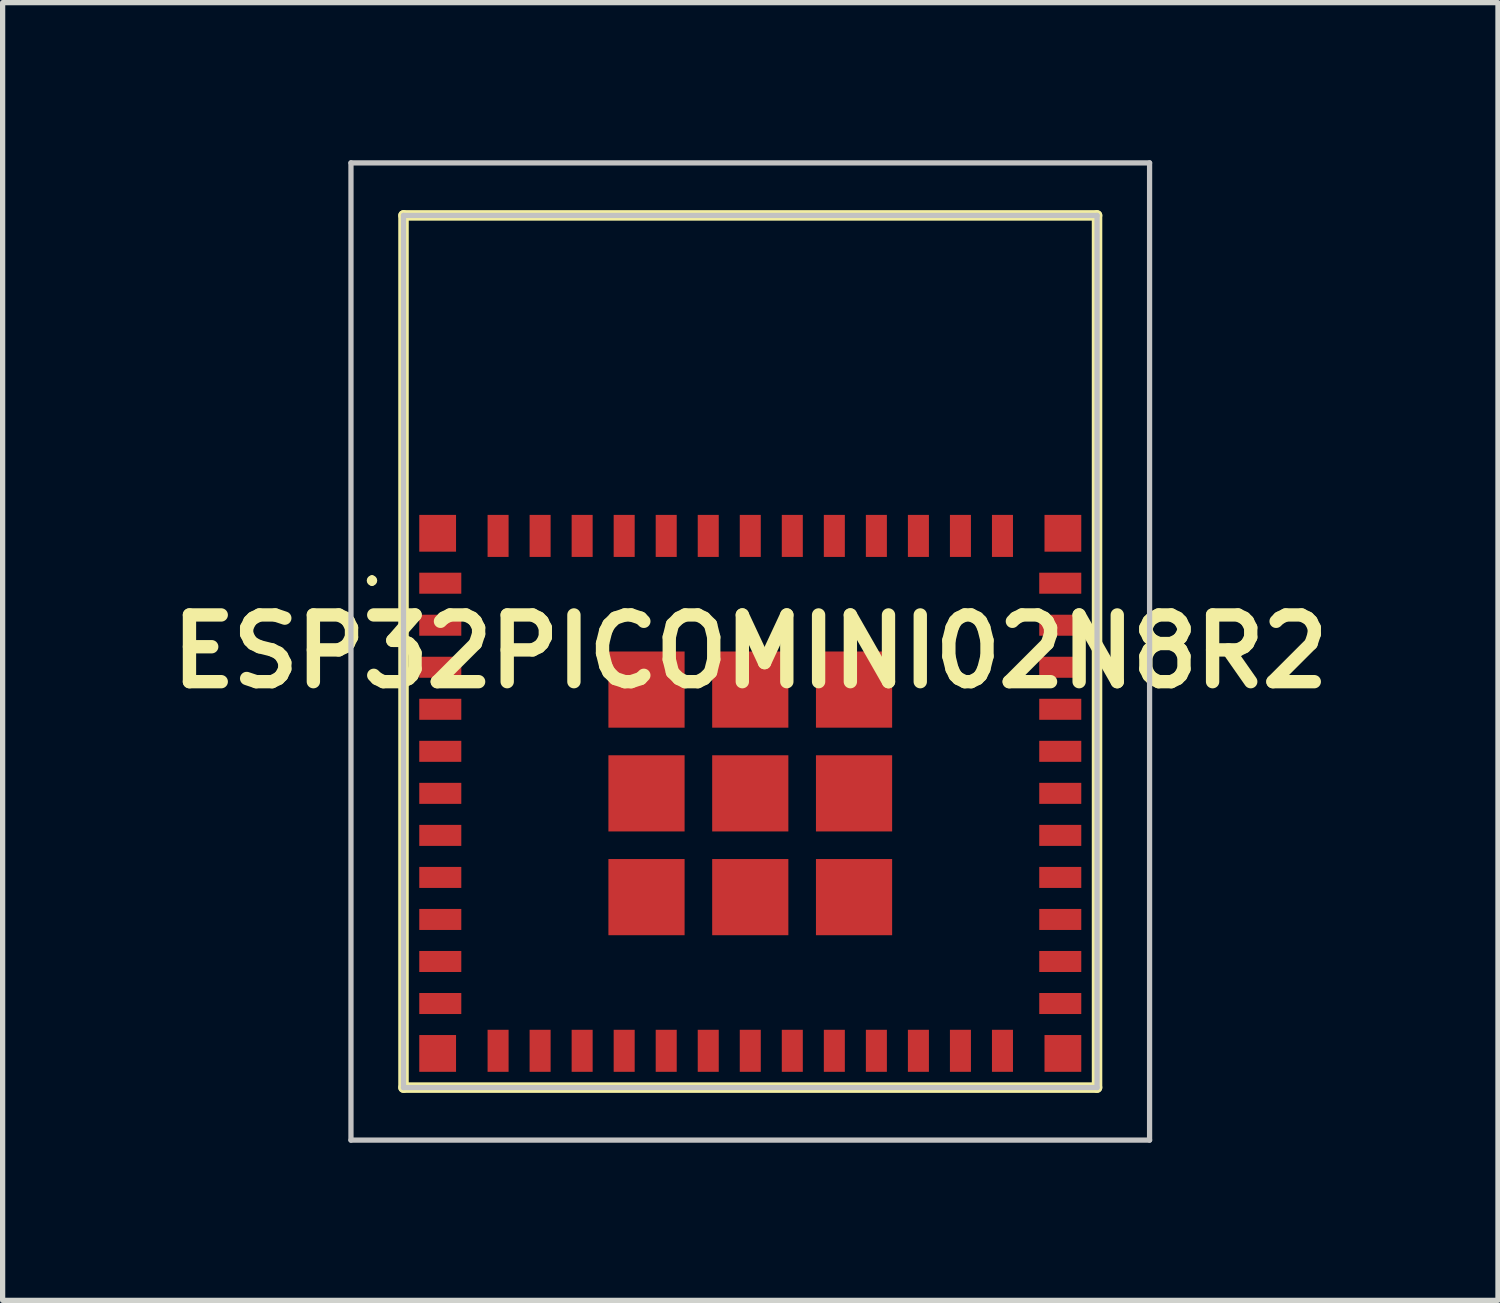
<source format=kicad_pcb>
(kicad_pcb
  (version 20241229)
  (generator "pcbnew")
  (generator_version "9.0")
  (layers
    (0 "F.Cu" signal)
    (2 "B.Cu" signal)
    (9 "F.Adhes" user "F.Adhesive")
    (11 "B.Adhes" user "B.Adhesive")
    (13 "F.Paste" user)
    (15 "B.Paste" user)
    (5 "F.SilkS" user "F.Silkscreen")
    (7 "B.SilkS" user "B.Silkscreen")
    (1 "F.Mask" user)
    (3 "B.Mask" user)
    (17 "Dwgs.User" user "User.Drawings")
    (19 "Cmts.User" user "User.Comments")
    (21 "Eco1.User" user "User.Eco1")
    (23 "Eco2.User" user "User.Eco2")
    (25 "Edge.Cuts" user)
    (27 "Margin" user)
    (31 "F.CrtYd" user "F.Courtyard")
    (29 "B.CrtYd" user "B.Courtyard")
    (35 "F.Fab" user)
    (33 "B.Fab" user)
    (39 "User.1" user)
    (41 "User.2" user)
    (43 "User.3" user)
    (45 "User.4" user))
  (footprint "ESP32PICOMINI02N8R2"
    (layer "F.Cu")
    (at 11.23 12.05)
    (property "Reference" "ESP32PICOMINI02N8R2" (at 0 -2.7 0) (unlocked yes) (layer "F.SilkS") (effects (font (size 1.27 1.27) (thickness 0.254))))
    (attr smd)
    (fp_line (start -7.2 -4.1) (end -7.2 -4.1) (stroke (width 0.1) (type solid)) (layer "F.SilkS"))
    (fp_line (start -7.2 -4) (end -7.2 -4) (stroke (width 0.1) (type solid)) (layer "F.SilkS"))
    (fp_line (start -6.6 -11) (end 6.6 -11) (stroke (width 0.2) (type solid)) (layer "F.SilkS"))
    (fp_line (start -6.6 5.6) (end -6.6 -11) (stroke (width 0.2) (type solid)) (layer "F.SilkS"))
    (fp_line (start 6.6 -11) (end 6.6 5.6) (stroke (width 0.2) (type solid)) (layer "F.SilkS"))
    (fp_line (start 6.6 5.6) (end -6.6 5.6) (stroke (width 0.2) (type solid)) (layer "F.SilkS"))
    (fp_arc (start -7.2 -4.1) (mid -7.15 -4.05) (end -7.2 -4) (stroke (width 0.1) (type solid)) (layer "F.SilkS"))
    (fp_arc (start -7.2 -4) (mid -7.25 -4.05) (end -7.2 -4.1) (stroke (width 0.1) (type solid)) (layer "F.SilkS"))
    (fp_line (start -7.6 -12) (end 7.6 -12) (stroke (width 0.1) (type solid)) (layer "Dwgs.User"))
    (fp_line (start -7.6 6.6) (end -7.6 -12) (stroke (width 0.1) (type solid)) (layer "Dwgs.User"))
    (fp_line (start -6.6 -11) (end 6.6 -11) (stroke (width 0.1) (type solid)) (layer "Dwgs.User"))
    (fp_line (start -6.6 5.6) (end -6.6 -11) (stroke (width 0.1) (type solid)) (layer "Dwgs.User"))
    (fp_line (start 6.6 -11) (end 6.6 5.6) (stroke (width 0.1) (type solid)) (layer "Dwgs.User"))
    (fp_line (start 6.6 5.6) (end -6.6 5.6) (stroke (width 0.1) (type solid)) (layer "Dwgs.User"))
    (fp_line (start 7.6 -12) (end 7.6 6.6) (stroke (width 0.1) (type solid)) (layer "Dwgs.User"))
    (fp_line (start 7.6 6.6) (end -7.6 6.6) (stroke (width 0.1) (type solid)) (layer "Dwgs.User"))
    (pad "1" smd rect (at -5.9 -4 90) (size 0.4 0.8) (layers "F.Cu" "F.Mask" "F.Paste"))
    (pad "2" smd rect (at -5.9 -3.2 90) (size 0.4 0.8) (layers "F.Cu" "F.Mask" "F.Paste"))
    (pad "3" smd rect (at -5.9 -2.4 90) (size 0.4 0.8) (layers "F.Cu" "F.Mask" "F.Paste"))
    (pad "4" smd rect (at -5.9 -1.6 90) (size 0.4 0.8) (layers "F.Cu" "F.Mask" "F.Paste"))
    (pad "5" smd rect (at -5.9 -0.8 90) (size 0.4 0.8) (layers "F.Cu" "F.Mask" "F.Paste"))
    (pad "6" smd rect (at -5.9 0 90) (size 0.4 0.8) (layers "F.Cu" "F.Mask" "F.Paste"))
    (pad "7" smd rect (at -5.9 0.8 90) (size 0.4 0.8) (layers "F.Cu" "F.Mask" "F.Paste"))
    (pad "8" smd rect (at -5.9 1.6 90) (size 0.4 0.8) (layers "F.Cu" "F.Mask" "F.Paste"))
    (pad "9" smd rect (at -5.9 2.4 90) (size 0.4 0.8) (layers "F.Cu" "F.Mask" "F.Paste"))
    (pad "10" smd rect (at -5.9 3.2 90) (size 0.4 0.8) (layers "F.Cu" "F.Mask" "F.Paste"))
    (pad "11" smd rect (at -5.9 4 90) (size 0.4 0.8) (layers "F.Cu" "F.Mask" "F.Paste"))
    (pad "12" smd rect (at -4.8 4.9) (size 0.4 0.8) (layers "F.Cu" "F.Mask" "F.Paste"))
    (pad "13" smd rect (at -4 4.9) (size 0.4 0.8) (layers "F.Cu" "F.Mask" "F.Paste"))
    (pad "14" smd rect (at -3.2 4.9) (size 0.4 0.8) (layers "F.Cu" "F.Mask" "F.Paste"))
    (pad "15" smd rect (at -2.4 4.9) (size 0.4 0.8) (layers "F.Cu" "F.Mask" "F.Paste"))
    (pad "16" smd rect (at -1.6 4.9) (size 0.4 0.8) (layers "F.Cu" "F.Mask" "F.Paste"))
    (pad "17" smd rect (at -0.8 4.9) (size 0.4 0.8) (layers "F.Cu" "F.Mask" "F.Paste"))
    (pad "18" smd rect (at 0 4.9) (size 0.4 0.8) (layers "F.Cu" "F.Mask" "F.Paste"))
    (pad "19" smd rect (at 0.8 4.9) (size 0.4 0.8) (layers "F.Cu" "F.Mask" "F.Paste"))
    (pad "20" smd rect (at 1.6 4.9) (size 0.4 0.8) (layers "F.Cu" "F.Mask" "F.Paste"))
    (pad "21" smd rect (at 2.4 4.9) (size 0.4 0.8) (layers "F.Cu" "F.Mask" "F.Paste"))
    (pad "22" smd rect (at 3.2 4.9) (size 0.4 0.8) (layers "F.Cu" "F.Mask" "F.Paste"))
    (pad "23" smd rect (at 4 4.9) (size 0.4 0.8) (layers "F.Cu" "F.Mask" "F.Paste"))
    (pad "24" smd rect (at 4.8 4.9) (size 0.4 0.8) (layers "F.Cu" "F.Mask" "F.Paste"))
    (pad "25" smd rect (at 5.9 4 90) (size 0.4 0.8) (layers "F.Cu" "F.Mask" "F.Paste"))
    (pad "26" smd rect (at 5.9 3.2 90) (size 0.4 0.8) (layers "F.Cu" "F.Mask" "F.Paste"))
    (pad "27" smd rect (at 5.9 2.4 90) (size 0.4 0.8) (layers "F.Cu" "F.Mask" "F.Paste"))
    (pad "28" smd rect (at 5.9 1.6 90) (size 0.4 0.8) (layers "F.Cu" "F.Mask" "F.Paste"))
    (pad "29" smd rect (at 5.9 0.8 90) (size 0.4 0.8) (layers "F.Cu" "F.Mask" "F.Paste"))
    (pad "30" smd rect (at 5.9 0 90) (size 0.4 0.8) (layers "F.Cu" "F.Mask" "F.Paste"))
    (pad "31" smd rect (at 5.9 -0.8 90) (size 0.4 0.8) (layers "F.Cu" "F.Mask" "F.Paste"))
    (pad "32" smd rect (at 5.9 -1.6 90) (size 0.4 0.8) (layers "F.Cu" "F.Mask" "F.Paste"))
    (pad "33" smd rect (at 5.9 -2.4 90) (size 0.4 0.8) (layers "F.Cu" "F.Mask" "F.Paste"))
    (pad "34" smd rect (at 5.9 -3.2 90) (size 0.4 0.8) (layers "F.Cu" "F.Mask" "F.Paste"))
    (pad "35" smd rect (at 5.9 -4 90) (size 0.4 0.8) (layers "F.Cu" "F.Mask" "F.Paste"))
    (pad "36" smd rect (at 4.8 -4.9) (size 0.4 0.8) (layers "F.Cu" "F.Mask" "F.Paste"))
    (pad "37" smd rect (at 4 -4.9) (size 0.4 0.8) (layers "F.Cu" "F.Mask" "F.Paste"))
    (pad "38" smd rect (at 3.2 -4.9) (size 0.4 0.8) (layers "F.Cu" "F.Mask" "F.Paste"))
    (pad "39" smd rect (at 2.4 -4.9) (size 0.4 0.8) (layers "F.Cu" "F.Mask" "F.Paste"))
    (pad "40" smd rect (at 1.6 -4.9) (size 0.4 0.8) (layers "F.Cu" "F.Mask" "F.Paste"))
    (pad "41" smd rect (at 0.8 -4.9) (size 0.4 0.8) (layers "F.Cu" "F.Mask" "F.Paste"))
    (pad "42" smd rect (at 0 -4.9) (size 0.4 0.8) (layers "F.Cu" "F.Mask" "F.Paste"))
    (pad "43" smd rect (at -0.8 -4.9) (size 0.4 0.8) (layers "F.Cu" "F.Mask" "F.Paste"))
    (pad "44" smd rect (at -1.6 -4.9) (size 0.4 0.8) (layers "F.Cu" "F.Mask" "F.Paste"))
    (pad "45" smd rect (at -2.4 -4.9) (size 0.4 0.8) (layers "F.Cu" "F.Mask" "F.Paste"))
    (pad "46" smd rect (at -3.2 -4.9) (size 0.4 0.8) (layers "F.Cu" "F.Mask" "F.Paste"))
    (pad "47" smd rect (at -4 -4.9) (size 0.4 0.8) (layers "F.Cu" "F.Mask" "F.Paste"))
    (pad "48" smd rect (at -4.8 -4.9) (size 0.4 0.8) (layers "F.Cu" "F.Mask" "F.Paste"))
    (pad "49" smd rect (at 0 0) (size 1.45 1.45) (layers "F.Cu" "F.Mask" "F.Paste"))
    (pad "50" smd rect (at 5.95 -4.95) (size 0.7 0.7) (layers "F.Cu" "F.Mask" "F.Paste"))
    (pad "51" smd rect (at 5.95 4.95) (size 0.7 0.7) (layers "F.Cu" "F.Mask" "F.Paste"))
    (pad "52" smd rect (at -5.95 4.95) (size 0.7 0.7) (layers "F.Cu" "F.Mask" "F.Paste"))
    (pad "53" smd rect (at -5.95 -4.95) (size 0.7 0.7) (layers "F.Cu" "F.Mask" "F.Paste"))
    (pad "54" smd rect (at -1.975 -1.975) (size 1.45 1.45) (layers "F.Cu" "F.Mask" "F.Paste"))
    (pad "55" smd rect (at -1.975 0) (size 1.45 1.45) (layers "F.Cu" "F.Mask" "F.Paste"))
    (pad "56" smd rect (at -1.975 1.975) (size 1.45 1.45) (layers "F.Cu" "F.Mask" "F.Paste"))
    (pad "57" smd rect (at 0 1.975) (size 1.45 1.45) (layers "F.Cu" "F.Mask" "F.Paste"))
    (pad "58" smd rect (at 0 -1.975) (size 1.45 1.45) (layers "F.Cu" "F.Mask" "F.Paste"))
    (pad "59" smd rect (at 1.975 -1.975) (size 1.45 1.45) (layers "F.Cu" "F.Mask" "F.Paste"))
    (pad "60" smd rect (at 1.975 0) (size 1.45 1.45) (layers "F.Cu" "F.Mask" "F.Paste"))
    (pad "61" smd rect (at 1.975 1.975) (size 1.45 1.45) (layers "F.Cu" "F.Mask" "F.Paste")))
  (gr_rect
    (start -3 -3)
    (end 25.461 21.7)
    (stroke (width 0.1) (type default))
    (fill no)
    (layer "Edge.Cuts")))
</source>
